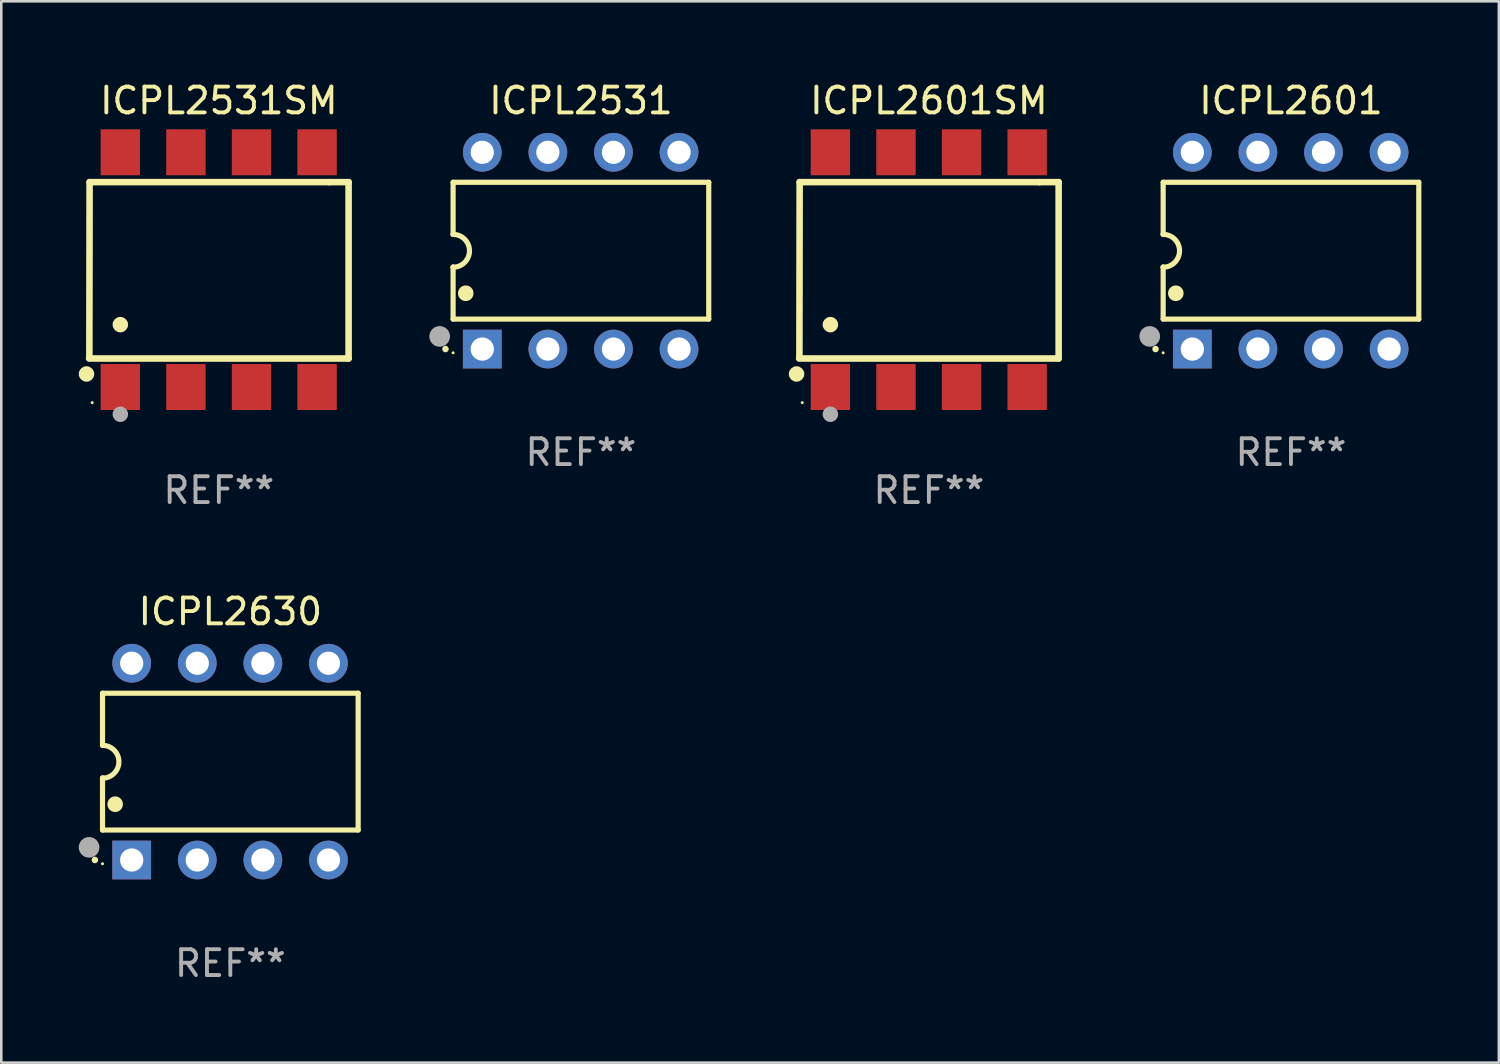
<source format=kicad_pcb>
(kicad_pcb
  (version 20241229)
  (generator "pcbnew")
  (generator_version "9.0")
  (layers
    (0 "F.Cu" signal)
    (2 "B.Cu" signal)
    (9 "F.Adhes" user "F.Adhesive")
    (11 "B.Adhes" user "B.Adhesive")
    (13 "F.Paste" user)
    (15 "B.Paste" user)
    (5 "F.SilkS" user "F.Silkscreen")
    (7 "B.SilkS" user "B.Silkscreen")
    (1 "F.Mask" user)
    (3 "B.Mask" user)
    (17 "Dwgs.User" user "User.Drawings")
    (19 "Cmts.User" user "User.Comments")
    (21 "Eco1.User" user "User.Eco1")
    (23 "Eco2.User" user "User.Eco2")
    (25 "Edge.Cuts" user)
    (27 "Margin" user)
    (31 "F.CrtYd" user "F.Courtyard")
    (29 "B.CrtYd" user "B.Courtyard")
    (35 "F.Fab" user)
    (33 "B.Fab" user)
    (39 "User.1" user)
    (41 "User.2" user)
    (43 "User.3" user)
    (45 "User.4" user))
  (footprint "ICPL2601SM"
    (layer "F.Cu")
    (at 32.923 7.393)
    (property "Reference" "ICPL2601SM" (at 0 -6.545 0) (layer "F.SilkS") (effects (font (size 1 1) (thickness 0.15))))
    (attr through_hole)
    (fp_line (start -5.005 -3.39) (end -5.015 3.42) (stroke (width 0.254) (type solid)) (layer "F.SilkS"))
    (fp_line (start 4.285 -3.39) (end -5.005 -3.39) (stroke (width 0.254) (type solid)) (layer "F.SilkS"))
    (fp_line (start 4.285 -3.39) (end 5.025 -3.39) (stroke (width 0.254) (type solid)) (layer "F.SilkS"))
    (fp_line (start 5.025 -3.39) (end 5.025 3.44) (stroke (width 0.254) (type solid)) (layer "F.SilkS"))
    (fp_line (start 5.025 3.44) (end -5.025 3.44) (stroke (width 0.254) (type solid)) (layer "F.SilkS"))
    (fp_circle (center -5.125 4.04) (end -4.975 4.04) (stroke (width 0.3) (type solid)) (fill no) (layer "F.SilkS"))
    (fp_circle (center -4.905 5.15) (end -4.875 5.15) (stroke (width 0.06) (type solid)) (fill no) (layer "F.SilkS"))
    (fp_circle (center -3.815 2.129) (end -3.665 2.129) (stroke (width 0.3) (type solid)) (fill no) (layer "F.SilkS"))
    (fp_circle (center -3.815 5.6) (end -3.665 5.6) (stroke (width 0.3) (type solid)) (fill no) (layer "F.Fab"))
    (fp_text user "REF**" (at 0 8.545 0) (layer "F.Fab") (effects (font (size 1 1) (thickness 0.15))))
    (pad "1" smd rect (at -3.815 4.545) (size 1.525 1.78) (layers "F.Cu" "F.Mask" "F.Paste"))
    (pad "2" smd rect (at -1.275 4.545) (size 1.525 1.78) (layers "F.Cu" "F.Mask" "F.Paste"))
    (pad "3" smd rect (at 1.265 4.545) (size 1.525 1.78) (layers "F.Cu" "F.Mask" "F.Paste"))
    (pad "4" smd rect (at 3.805 4.545) (size 1.525 1.78) (layers "F.Cu" "F.Mask" "F.Paste"))
    (pad "5" smd rect (at 3.805 -4.545) (size 1.525 1.78) (layers "F.Cu" "F.Mask" "F.Paste"))
    (pad "6" smd rect (at 1.265 -4.545) (size 1.525 1.78) (layers "F.Cu" "F.Mask" "F.Paste"))
    (pad "7" smd rect (at -1.275 -4.545) (size 1.525 1.78) (layers "F.Cu" "F.Mask" "F.Paste"))
    (pad "8" smd rect (at -3.815 -4.545) (size 1.525 1.78) (layers "F.Cu" "F.Mask" "F.Paste")))
  (footprint "ICPL2601"
    (layer "F.Cu")
    (at 46.945 6.658)
    (property "Reference" "ICPL2601" (at 0 -5.81 0) (layer "F.SilkS") (effects (font (size 1 1) (thickness 0.15))))
    (attr through_hole)
    (fp_line (start -4.95 -2.649) (end 4.95 -2.649) (stroke (width 0.2) (type solid)) (layer "F.SilkS"))
    (fp_line (start -4.95 -0.635) (end -4.95 -2.649) (stroke (width 0.2) (type solid)) (layer "F.SilkS"))
    (fp_line (start -4.95 0.635) (end -4.95 0.64) (stroke (width 0.2) (type solid)) (layer "F.SilkS"))
    (fp_line (start -4.95 2.649) (end -4.95 0.635) (stroke (width 0.2) (type solid)) (layer "F.SilkS"))
    (fp_line (start -4.95 -0.64) (end -4.95 -0.635) (stroke (width 0.2) (type solid)) (layer "F.SilkS"))
    (fp_line (start 4.95 -2.649) (end 4.95 2.649) (stroke (width 0.2) (type solid)) (layer "F.SilkS"))
    (fp_line (start 4.95 2.649) (end -4.95 2.649) (stroke (width 0.2) (type solid)) (layer "F.SilkS"))
    (fp_arc (start -5.24511 3.810008) (mid -5.245117 3.808738) (end -5.24511 3.807468) (stroke (width 0.25) (type solid)) (layer "F.SilkS"))
    (fp_arc (start -4.950165 -0.629997) (mid -4.315164 0.005004) (end -4.950165 0.640005) (stroke (width 0.2) (type solid)) (layer "F.SilkS"))
    (fp_arc (start -4.460249 1.651003) (mid -4.46026 1.648463) (end -4.460249 1.645923) (stroke (width 0.6) (type solid)) (layer "F.SilkS"))
    (fp_circle (center -4.95 3.956) (end -4.92 3.956) (stroke (width 0.06) (type solid)) (fill no) (layer "F.SilkS"))
    (fp_circle (center -5.47 3.32) (end -5.27 3.32) (stroke (width 0.4) (type solid)) (fill no) (layer "F.Fab"))
    (fp_text user "REF**" (at 0 7.81 0) (layer "F.Fab") (effects (font (size 1 1) (thickness 0.15))))
    (pad "1" thru_hole rect (at -3.82 3.81) (size 1.5 1.5) (drill 0.9) (layers "*.Cu" "*.Mask"))
    (pad "2" thru_hole circle (at -1.28 3.81) (size 1.5 1.5) (drill 0.9) (layers "*.Cu" "*.Mask"))
    (pad "3" thru_hole circle (at 1.26 3.81) (size 1.5 1.5) (drill 0.9) (layers "*.Cu" "*.Mask"))
    (pad "4" thru_hole circle (at 3.8 3.81) (size 1.5 1.5) (drill 0.9) (layers "*.Cu" "*.Mask"))
    (pad "5" thru_hole circle (at 3.8 -3.81) (size 1.5 1.5) (drill 0.9) (layers "*.Cu" "*.Mask"))
    (pad "6" thru_hole circle (at 1.26 -3.81) (size 1.5 1.5) (drill 0.9) (layers "*.Cu" "*.Mask"))
    (pad "7" thru_hole circle (at -1.28 -3.81) (size 1.5 1.5) (drill 0.9) (layers "*.Cu" "*.Mask"))
    (pad "8" thru_hole circle (at -3.82 -3.81) (size 1.5 1.5) (drill 0.9) (layers "*.Cu" "*.Mask")))
  (footprint "ICPL2630"
    (layer "F.Cu")
    (at 5.87 26.445)
    (property "Reference" "ICPL2630" (at 0 -5.81 0) (layer "F.SilkS") (effects (font (size 1 1) (thickness 0.15))))
    (attr through_hole)
    (fp_line (start -4.95 -2.649) (end 4.95 -2.649) (stroke (width 0.2) (type solid)) (layer "F.SilkS"))
    (fp_line (start -4.95 -0.635) (end -4.95 -2.649) (stroke (width 0.2) (type solid)) (layer "F.SilkS"))
    (fp_line (start -4.95 0.635) (end -4.95 0.64) (stroke (width 0.2) (type solid)) (layer "F.SilkS"))
    (fp_line (start -4.95 2.649) (end -4.95 0.635) (stroke (width 0.2) (type solid)) (layer "F.SilkS"))
    (fp_line (start -4.95 -0.64) (end -4.95 -0.635) (stroke (width 0.2) (type solid)) (layer "F.SilkS"))
    (fp_line (start 4.95 -2.649) (end 4.95 2.649) (stroke (width 0.2) (type solid)) (layer "F.SilkS"))
    (fp_line (start 4.95 2.649) (end -4.95 2.649) (stroke (width 0.2) (type solid)) (layer "F.SilkS"))
    (fp_arc (start -5.24511 3.810008) (mid -5.245117 3.808738) (end -5.24511 3.807468) (stroke (width 0.25) (type solid)) (layer "F.SilkS"))
    (fp_arc (start -4.950165 -0.629997) (mid -4.315164 0.005004) (end -4.950165 0.640005) (stroke (width 0.2) (type solid)) (layer "F.SilkS"))
    (fp_arc (start -4.460249 1.651003) (mid -4.46026 1.648463) (end -4.460249 1.645923) (stroke (width 0.6) (type solid)) (layer "F.SilkS"))
    (fp_circle (center -4.95 3.956) (end -4.92 3.956) (stroke (width 0.06) (type solid)) (fill no) (layer "F.SilkS"))
    (fp_circle (center -5.47 3.32) (end -5.27 3.32) (stroke (width 0.4) (type solid)) (fill no) (layer "F.Fab"))
    (fp_text user "REF**" (at 0 7.81 0) (layer "F.Fab") (effects (font (size 1 1) (thickness 0.15))))
    (pad "1" thru_hole rect (at -3.82 3.81) (size 1.5 1.5) (drill 0.9) (layers "*.Cu" "*.Mask"))
    (pad "2" thru_hole circle (at -1.28 3.81) (size 1.5 1.5) (drill 0.9) (layers "*.Cu" "*.Mask"))
    (pad "3" thru_hole circle (at 1.26 3.81) (size 1.5 1.5) (drill 0.9) (layers "*.Cu" "*.Mask"))
    (pad "4" thru_hole circle (at 3.8 3.81) (size 1.5 1.5) (drill 0.9) (layers "*.Cu" "*.Mask"))
    (pad "5" thru_hole circle (at 3.8 -3.81) (size 1.5 1.5) (drill 0.9) (layers "*.Cu" "*.Mask"))
    (pad "6" thru_hole circle (at 1.26 -3.81) (size 1.5 1.5) (drill 0.9) (layers "*.Cu" "*.Mask"))
    (pad "7" thru_hole circle (at -1.28 -3.81) (size 1.5 1.5) (drill 0.9) (layers "*.Cu" "*.Mask"))
    (pad "8" thru_hole circle (at -3.82 -3.81) (size 1.5 1.5) (drill 0.9) (layers "*.Cu" "*.Mask")))
  (footprint "ICPL2531"
    (layer "F.Cu")
    (at 19.447 6.658)
    (property "Reference" "ICPL2531" (at 0 -5.81 0) (layer "F.SilkS") (effects (font (size 1 1) (thickness 0.15))))
    (attr through_hole)
    (fp_line (start -4.95 -2.649) (end 4.95 -2.649) (stroke (width 0.2) (type solid)) (layer "F.SilkS"))
    (fp_line (start -4.95 -0.635) (end -4.95 -2.649) (stroke (width 0.2) (type solid)) (layer "F.SilkS"))
    (fp_line (start -4.95 0.635) (end -4.95 0.64) (stroke (width 0.2) (type solid)) (layer "F.SilkS"))
    (fp_line (start -4.95 2.649) (end -4.95 0.635) (stroke (width 0.2) (type solid)) (layer "F.SilkS"))
    (fp_line (start -4.95 -0.64) (end -4.95 -0.635) (stroke (width 0.2) (type solid)) (layer "F.SilkS"))
    (fp_line (start 4.95 -2.649) (end 4.95 2.649) (stroke (width 0.2) (type solid)) (layer "F.SilkS"))
    (fp_line (start 4.95 2.649) (end -4.95 2.649) (stroke (width 0.2) (type solid)) (layer "F.SilkS"))
    (fp_arc (start -5.24511 3.810008) (mid -5.245117 3.808738) (end -5.24511 3.807468) (stroke (width 0.25) (type solid)) (layer "F.SilkS"))
    (fp_arc (start -4.950165 -0.629997) (mid -4.315164 0.005004) (end -4.950165 0.640005) (stroke (width 0.2) (type solid)) (layer "F.SilkS"))
    (fp_arc (start -4.460249 1.651003) (mid -4.46026 1.648463) (end -4.460249 1.645923) (stroke (width 0.6) (type solid)) (layer "F.SilkS"))
    (fp_circle (center -4.95 3.956) (end -4.92 3.956) (stroke (width 0.06) (type solid)) (fill no) (layer "F.SilkS"))
    (fp_circle (center -5.47 3.32) (end -5.27 3.32) (stroke (width 0.4) (type solid)) (fill no) (layer "F.Fab"))
    (fp_text user "REF**" (at 0 7.81 0) (layer "F.Fab") (effects (font (size 1 1) (thickness 0.15))))
    (pad "1" thru_hole rect (at -3.82 3.81) (size 1.5 1.5) (drill 0.9) (layers "*.Cu" "*.Mask"))
    (pad "2" thru_hole circle (at -1.28 3.81) (size 1.5 1.5) (drill 0.9) (layers "*.Cu" "*.Mask"))
    (pad "3" thru_hole circle (at 1.26 3.81) (size 1.5 1.5) (drill 0.9) (layers "*.Cu" "*.Mask"))
    (pad "4" thru_hole circle (at 3.8 3.81) (size 1.5 1.5) (drill 0.9) (layers "*.Cu" "*.Mask"))
    (pad "5" thru_hole circle (at 3.8 -3.81) (size 1.5 1.5) (drill 0.9) (layers "*.Cu" "*.Mask"))
    (pad "6" thru_hole circle (at 1.26 -3.81) (size 1.5 1.5) (drill 0.9) (layers "*.Cu" "*.Mask"))
    (pad "7" thru_hole circle (at -1.28 -3.81) (size 1.5 1.5) (drill 0.9) (layers "*.Cu" "*.Mask"))
    (pad "8" thru_hole circle (at -3.82 -3.81) (size 1.5 1.5) (drill 0.9) (layers "*.Cu" "*.Mask")))
  (footprint "ICPL2531SM"
    (layer "F.Cu")
    (at 5.425 7.393)
    (property "Reference" "ICPL2531SM" (at 0 -6.545 0) (layer "F.SilkS") (effects (font (size 1 1) (thickness 0.15))))
    (attr through_hole)
    (fp_line (start -5.005 -3.39) (end -5.015 3.42) (stroke (width 0.254) (type solid)) (layer "F.SilkS"))
    (fp_line (start 4.285 -3.39) (end -5.005 -3.39) (stroke (width 0.254) (type solid)) (layer "F.SilkS"))
    (fp_line (start 4.285 -3.39) (end 5.025 -3.39) (stroke (width 0.254) (type solid)) (layer "F.SilkS"))
    (fp_line (start 5.025 -3.39) (end 5.025 3.44) (stroke (width 0.254) (type solid)) (layer "F.SilkS"))
    (fp_line (start 5.025 3.44) (end -5.025 3.44) (stroke (width 0.254) (type solid)) (layer "F.SilkS"))
    (fp_circle (center -5.125 4.04) (end -4.975 4.04) (stroke (width 0.3) (type solid)) (fill no) (layer "F.SilkS"))
    (fp_circle (center -4.905 5.15) (end -4.875 5.15) (stroke (width 0.06) (type solid)) (fill no) (layer "F.SilkS"))
    (fp_circle (center -3.815 2.129) (end -3.665 2.129) (stroke (width 0.3) (type solid)) (fill no) (layer "F.SilkS"))
    (fp_circle (center -3.815 5.6) (end -3.665 5.6) (stroke (width 0.3) (type solid)) (fill no) (layer "F.Fab"))
    (fp_text user "REF**" (at 0 8.545 0) (layer "F.Fab") (effects (font (size 1 1) (thickness 0.15))))
    (pad "1" smd rect (at -3.815 4.545) (size 1.525 1.78) (layers "F.Cu" "F.Mask" "F.Paste"))
    (pad "2" smd rect (at -1.275 4.545) (size 1.525 1.78) (layers "F.Cu" "F.Mask" "F.Paste"))
    (pad "3" smd rect (at 1.265 4.545) (size 1.525 1.78) (layers "F.Cu" "F.Mask" "F.Paste"))
    (pad "4" smd rect (at 3.805 4.545) (size 1.525 1.78) (layers "F.Cu" "F.Mask" "F.Paste"))
    (pad "5" smd rect (at 3.805 -4.545) (size 1.525 1.78) (layers "F.Cu" "F.Mask" "F.Paste"))
    (pad "6" smd rect (at 1.265 -4.545) (size 1.525 1.78) (layers "F.Cu" "F.Mask" "F.Paste"))
    (pad "7" smd rect (at -1.275 -4.545) (size 1.525 1.78) (layers "F.Cu" "F.Mask" "F.Paste"))
    (pad "8" smd rect (at -3.815 -4.545) (size 1.525 1.78) (layers "F.Cu" "F.Mask" "F.Paste")))
  (gr_rect
    (start -3 -3)
    (end 54.995 38.103)
    (stroke (width 0.1) (type default))
    (fill no)
    (layer "Edge.Cuts")))
</source>
